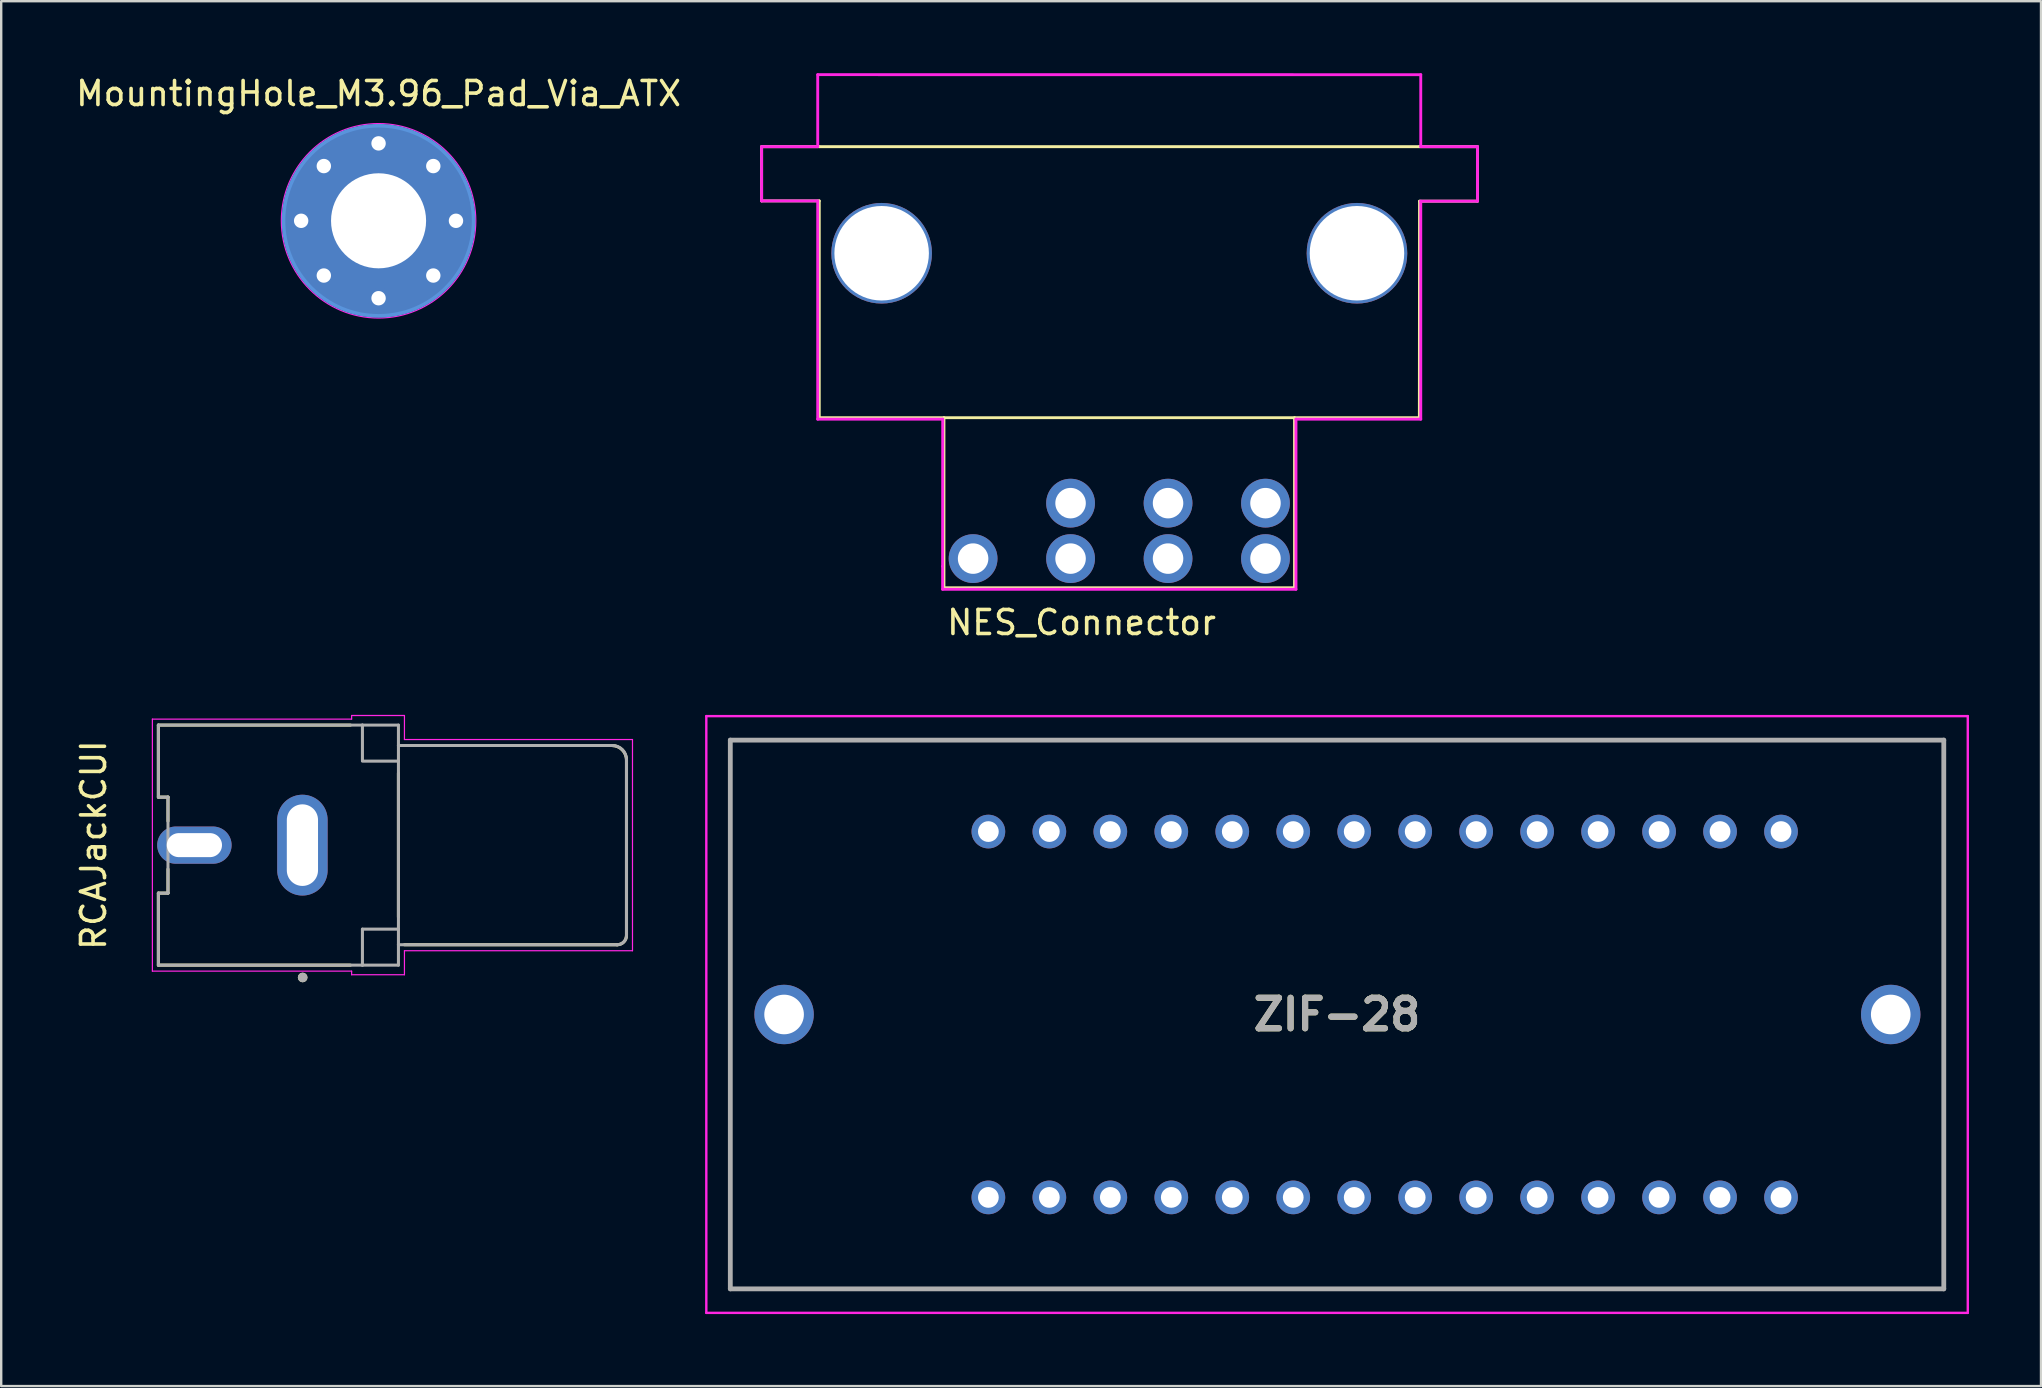
<source format=kicad_pcb>
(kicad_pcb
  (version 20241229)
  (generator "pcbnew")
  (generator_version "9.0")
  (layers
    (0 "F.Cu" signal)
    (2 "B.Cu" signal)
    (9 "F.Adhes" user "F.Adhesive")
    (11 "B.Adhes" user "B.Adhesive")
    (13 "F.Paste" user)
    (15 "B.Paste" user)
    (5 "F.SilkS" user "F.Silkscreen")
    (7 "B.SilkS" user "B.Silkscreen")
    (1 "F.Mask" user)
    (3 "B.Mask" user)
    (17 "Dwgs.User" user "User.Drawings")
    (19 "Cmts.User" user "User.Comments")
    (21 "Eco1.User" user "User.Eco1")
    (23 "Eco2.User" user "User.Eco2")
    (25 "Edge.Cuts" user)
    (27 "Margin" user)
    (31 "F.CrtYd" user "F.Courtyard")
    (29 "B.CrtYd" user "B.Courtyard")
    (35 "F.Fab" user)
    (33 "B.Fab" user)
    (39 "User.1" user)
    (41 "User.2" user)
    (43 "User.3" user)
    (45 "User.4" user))
  (footprint "MountingHole_M3.96_Pad_Via_ATX"
    (layer "F.Cu")
    (at 12.72 6.148)
    (property "Reference" "MountingHole_M3.96_Pad_Via_ATX" (at 0 -5.3 0) (layer "F.SilkS") (effects (font (size 1 1) (thickness 0.15))))
    (attr exclude_from_pos_files exclude_from_bom)
    (fp_circle (center 0 0) (end 3.96 0) (stroke (width 0.15) (type solid)) (fill no) (layer "Cmts.User"))
    (fp_circle (center 0 0) (end 4.05 0) (stroke (width 0.05) (type solid)) (fill no) (layer "F.CrtYd"))
    (pad "1" thru_hole circle (at -3.225 0) (size 0.9 0.9) (drill 0.6) (layers "*.Cu" "*.Mask"))
    (pad "1" thru_hole circle (at -2.28 -2.28) (size 0.9 0.9) (drill 0.6) (layers "*.Cu" "*.Mask"))
    (pad "1" thru_hole circle (at -2.28 2.28) (size 0.9 0.9) (drill 0.6) (layers "*.Cu" "*.Mask"))
    (pad "1" thru_hole circle (at 0 -3.225) (size 0.9 0.9) (drill 0.6) (layers "*.Cu" "*.Mask"))
    (pad "1" thru_hole circle (at 0 0) (size 8 8) (drill 3.96) (layers "*.Cu" "*.Mask"))
    (pad "1" thru_hole circle (at 0 3.225) (size 0.9 0.9) (drill 0.6) (layers "*.Cu" "*.Mask"))
    (pad "1" thru_hole circle (at 2.28 -2.28) (size 0.9 0.9) (drill 0.6) (layers "*.Cu" "*.Mask"))
    (pad "1" thru_hole circle (at 2.28 2.28) (size 0.9 0.9) (drill 0.6) (layers "*.Cu" "*.Mask"))
    (pad "1" thru_hole circle (at 3.225 0) (size 0.9 0.9) (drill 0.6) (layers "*.Cu" "*.Mask")))
  (footprint "NES_Connector"
    (layer "F.Cu")
    (at 28.69 3.058)
    (property "Reference" "NES_Connector" (at 7.62 19.825 180) (layer "F.SilkS") (effects (font (size 1 1) (thickness 0.15)) (justify left)))
    (attr through_hole)
    (fp_line (start -0.013 0.002) (end -0.013 2.261) (stroke (width 0.12) (type solid)) (layer "F.SilkS"))
    (fp_line (start -0.013 2.261) (end 2.388 2.261) (stroke (width 0.12) (type solid)) (layer "F.SilkS"))
    (fp_line (start 2.388 0.002) (end -0.013 0.002) (stroke (width 0.12) (type solid)) (layer "F.SilkS"))
    (fp_line (start 2.388 0.002) (end 27.387 0.002) (stroke (width 0.12) (type solid)) (layer "F.SilkS"))
    (fp_line (start 2.388 2.261) (end 2.388 11.292) (stroke (width 0.12) (type solid)) (layer "F.SilkS"))
    (fp_line (start 7.582 18.377) (end 7.582 11.29) (stroke (width 0.12) (type solid)) (layer "F.SilkS"))
    (fp_line (start 22.187 11.29) (end 22.187 18.377) (stroke (width 0.12) (type solid)) (layer "F.SilkS"))
    (fp_line (start 22.187 18.377) (end 7.582 18.377) (stroke (width 0.12) (type solid)) (layer "F.SilkS"))
    (fp_line (start 27.387 0.002) (end 29.807 0.002) (stroke (width 0.12) (type solid)) (layer "F.SilkS"))
    (fp_line (start 27.387 11.292) (end 2.388 11.292) (stroke (width 0.12) (type solid)) (layer "F.SilkS"))
    (fp_line (start 27.394 2.273) (end 27.387 11.292) (stroke (width 0.12) (type solid)) (layer "F.SilkS"))
    (fp_line (start 29.807 0.002) (end 29.807 2.273) (stroke (width 0.12) (type solid)) (layer "F.SilkS"))
    (fp_line (start 29.807 2.273) (end 27.394 2.273) (stroke (width 0.12) (type solid)) (layer "F.SilkS"))
    (fp_line (start -0.013 0.002) (end -0.013 2.261) (stroke (width 0.12) (type solid)) (layer "F.CrtYd"))
    (fp_line (start -0.013 2.261) (end 2.324 2.262) (stroke (width 0.12) (type solid)) (layer "F.CrtYd"))
    (fp_line (start 2.324 -2.998) (end 27.445 -2.997) (stroke (width 0.12) (type solid)) (layer "F.CrtYd"))
    (fp_line (start 2.324 -2.997) (end 2.324 0.002) (stroke (width 0.12) (type solid)) (layer "F.CrtYd"))
    (fp_line (start 2.324 0.002) (end -0.013 0.002) (stroke (width 0.12) (type solid)) (layer "F.CrtYd"))
    (fp_line (start 2.324 2.262) (end 2.324 11.354) (stroke (width 0.12) (type solid)) (layer "F.CrtYd"))
    (fp_line (start 7.527 17.482) (end 7.527 18.44) (stroke (width 0.12) (type solid)) (layer "F.CrtYd"))
    (fp_line (start 7.527 17.482) (end 7.531 11.354) (stroke (width 0.12) (type solid)) (layer "F.CrtYd"))
    (fp_line (start 7.531 11.354) (end 2.324 11.354) (stroke (width 0.12) (type solid)) (layer "F.CrtYd"))
    (fp_line (start 22.247 11.354) (end 27.445 11.354) (stroke (width 0.12) (type solid)) (layer "F.CrtYd"))
    (fp_line (start 22.247 18.44) (end 7.527 18.44) (stroke (width 0.12) (type solid)) (layer "F.CrtYd"))
    (fp_line (start 22.247 18.44) (end 22.247 11.354) (stroke (width 0.12) (type solid)) (layer "F.CrtYd"))
    (fp_line (start 27.445 -2.997) (end 27.445 0.002) (stroke (width 0.12) (type solid)) (layer "F.CrtYd"))
    (fp_line (start 27.445 0.002) (end 29.807 0.002) (stroke (width 0.12) (type solid)) (layer "F.CrtYd"))
    (fp_line (start 27.445 2.272) (end 27.445 11.354) (stroke (width 0.12) (type solid)) (layer "F.CrtYd"))
    (fp_line (start 29.807 0.002) (end 29.807 2.272) (stroke (width 0.12) (type solid)) (layer "F.CrtYd"))
    (fp_line (start 29.807 2.272) (end 27.445 2.272) (stroke (width 0.12) (type solid)) (layer "F.CrtYd"))
    (fp_line (start 4.987 4.442) (end 4.987 4.062) (stroke (width 0.12) (type solid)) (layer "F.Fab"))
    (fp_line (start 24.788 4.442) (end 24.788 3.992) (stroke (width 0.12) (type solid)) (layer "F.Fab"))
    (pad "0" thru_hole circle (at 4.987 4.442 90) (size 4.191 4.191) (drill 3.937) (layers "*.Cu" "*.Mask"))
    (pad "0" thru_hole circle (at 24.788 4.442 90) (size 4.191 4.191) (drill 3.937) (layers "*.Cu" "*.Mask"))
    (pad "1" thru_hole circle (at 8.797 17.162) (size 2.032 2.032) (drill 1.27) (layers "*.Cu" "*.Mask"))
    (pad "2" thru_hole circle (at 12.857 17.162) (size 2.032 2.032) (drill 1.27) (layers "*.Cu" "*.Mask"))
    (pad "3" thru_hole circle (at 16.918 17.162) (size 2.032 2.032) (drill 1.27) (layers "*.Cu" "*.Mask"))
    (pad "4" thru_hole circle (at 20.977 17.162) (size 2.032 2.032) (drill 1.27) (layers "*.Cu" "*.Mask"))
    (pad "5" thru_hole circle (at 20.977 14.852) (size 2.032 2.032) (drill 1.27) (layers "*.Cu" "*.Mask"))
    (pad "6" thru_hole circle (at 16.918 14.852) (size 2.032 2.032) (drill 1.27) (layers "*.Cu" "*.Mask"))
    (pad "7" thru_hole circle (at 12.857 14.852) (size 2.032 2.032) (drill 1.27) (layers "*.Cu" "*.Mask")))
  (footprint "RCAJackCUI"
    (layer "F.Cu")
    (at 13.548 32.156)
    (property "Reference" "RCAJackCUI" (at -12.7 0 90) (layer "F.SilkS") (effects (font (size 1 1) (thickness 0.15))))
    (attr through_hole)
    (fp_line (start -10 -5) (end -2 -5) (stroke (width 0.127) (type solid)) (layer "F.SilkS"))
    (fp_line (start -10 -2) (end -10 -5) (stroke (width 0.127) (type solid)) (layer "F.SilkS"))
    (fp_line (start -10 2) (end -9.6 2) (stroke (width 0.127) (type solid)) (layer "F.SilkS"))
    (fp_line (start -10 5) (end -10 2) (stroke (width 0.127) (type solid)) (layer "F.SilkS"))
    (fp_line (start -10 5) (end -2 5) (stroke (width 0.127) (type solid)) (layer "F.SilkS"))
    (fp_line (start -9.6 -2) (end -10 -2) (stroke (width 0.127) (type solid)) (layer "F.SilkS"))
    (fp_line (start -9.6 -1) (end -9.6 -2) (stroke (width 0.127) (type solid)) (layer "F.SilkS"))
    (fp_line (start -9.6 2) (end -9.6 1) (stroke (width 0.127) (type solid)) (layer "F.SilkS"))
    (fp_line (start 0 3) (end 0 -3) (stroke (width 0.127) (type solid)) (layer "F.SilkS"))
    (fp_line (start 0.25 -4.15) (end 8.89 -4.15) (stroke (width 0.127) (type solid)) (layer "F.SilkS"))
    (fp_line (start 9.11 4.15) (end 0.25 4.15) (stroke (width 0.127) (type solid)) (layer "F.SilkS"))
    (fp_line (start 9.5 -3.54) (end 9.5 3.76) (stroke (width 0.127) (type solid)) (layer "F.SilkS"))
    (fp_arc (start 8.89 -4.15) (mid 9.321335 -3.971335) (end 9.5 -3.54) (stroke (width 0.127) (type solid)) (layer "F.SilkS"))
    (fp_arc (start 9.5 3.76) (mid 9.385772 4.035772) (end 9.11 4.15) (stroke (width 0.127) (type solid)) (layer "F.SilkS"))
    (fp_circle (center -3.99 5.513) (end -3.89 5.513) (stroke (width 0.2) (type solid)) (fill no) (layer "F.SilkS"))
    (fp_line (start -10.25 -5.25) (end -10.25 5.25) (stroke (width 0.05) (type solid)) (layer "F.CrtYd"))
    (fp_line (start -10.25 5.25) (end -1.95 5.25) (stroke (width 0.05) (type solid)) (layer "F.CrtYd"))
    (fp_line (start -1.95 -5.4) (end -1.95 -5.25) (stroke (width 0.05) (type solid)) (layer "F.CrtYd"))
    (fp_line (start -1.95 -5.25) (end -10.25 -5.25) (stroke (width 0.05) (type solid)) (layer "F.CrtYd"))
    (fp_line (start -1.95 5.25) (end -1.95 5.4) (stroke (width 0.05) (type solid)) (layer "F.CrtYd"))
    (fp_line (start -1.95 5.4) (end 0.25 5.4) (stroke (width 0.05) (type solid)) (layer "F.CrtYd"))
    (fp_line (start 0.25 -5.4) (end -1.95 -5.4) (stroke (width 0.05) (type solid)) (layer "F.CrtYd"))
    (fp_line (start 0.25 -4.4) (end 0.25 -5.4) (stroke (width 0.05) (type solid)) (layer "F.CrtYd"))
    (fp_line (start 0.25 4.4) (end 9.75 4.4) (stroke (width 0.05) (type solid)) (layer "F.CrtYd"))
    (fp_line (start 0.25 5.4) (end 0.25 4.4) (stroke (width 0.05) (type solid)) (layer "F.CrtYd"))
    (fp_line (start 9.75 -4.4) (end 0.25 -4.4) (stroke (width 0.05) (type solid)) (layer "F.CrtYd"))
    (fp_line (start 9.75 4.4) (end 9.75 -4.4) (stroke (width 0.05) (type solid)) (layer "F.CrtYd"))
    (fp_line (start -10 -5) (end -1.5 -5) (stroke (width 0.127) (type solid)) (layer "F.Fab"))
    (fp_line (start -10 -2) (end -10 -5) (stroke (width 0.127) (type solid)) (layer "F.Fab"))
    (fp_line (start -10 2) (end -9.6 2) (stroke (width 0.127) (type solid)) (layer "F.Fab"))
    (fp_line (start -10 5) (end -10 2) (stroke (width 0.127) (type solid)) (layer "F.Fab"))
    (fp_line (start -9.6 -2) (end -10 -2) (stroke (width 0.127) (type solid)) (layer "F.Fab"))
    (fp_line (start -9.6 2) (end -9.6 -2) (stroke (width 0.127) (type solid)) (layer "F.Fab"))
    (fp_line (start -1.5 -5) (end -1.5 -3.525) (stroke (width 0.127) (type solid)) (layer "F.Fab"))
    (fp_line (start -1.5 -5) (end 0 -5) (stroke (width 0.127) (type solid)) (layer "F.Fab"))
    (fp_line (start -1.5 -3.5) (end 0 -3.5) (stroke (width 0.127) (type solid)) (layer "F.Fab"))
    (fp_line (start -1.5 3.5) (end 0 3.5) (stroke (width 0.127) (type solid)) (layer "F.Fab"))
    (fp_line (start -1.5 5) (end -10 5) (stroke (width 0.127) (type solid)) (layer "F.Fab"))
    (fp_line (start -1.5 5) (end -1.5 3.5) (stroke (width 0.127) (type solid)) (layer "F.Fab"))
    (fp_line (start 0 -5) (end 0 -4.15) (stroke (width 0.127) (type solid)) (layer "F.Fab"))
    (fp_line (start 0 -4.15) (end 0 -3.5) (stroke (width 0.127) (type solid)) (layer "F.Fab"))
    (fp_line (start 0 -4.15) (end 8.91 -4.15) (stroke (width 0.127) (type solid)) (layer "F.Fab"))
    (fp_line (start 0 -3.5) (end 0 3.5) (stroke (width 0.127) (type solid)) (layer "F.Fab"))
    (fp_line (start 0 3.5) (end 0 4.15) (stroke (width 0.127) (type solid)) (layer "F.Fab"))
    (fp_line (start 0 4.15) (end 0 5) (stroke (width 0.127) (type solid)) (layer "F.Fab"))
    (fp_line (start 0 5) (end -1.5 5) (stroke (width 0.127) (type solid)) (layer "F.Fab"))
    (fp_line (start 9.11 4.15) (end 0 4.15) (stroke (width 0.127) (type solid)) (layer "F.Fab"))
    (fp_line (start 9.5 -3.56) (end 9.5 3.76) (stroke (width 0.127) (type solid)) (layer "F.Fab"))
    (fp_arc (start 8.91 -4.15) (mid 9.327193 -3.977193) (end 9.5 -3.56) (stroke (width 0.127) (type solid)) (layer "F.Fab"))
    (fp_arc (start 9.5 3.76) (mid 9.385772 4.035772) (end 9.11 4.15) (stroke (width 0.127) (type solid)) (layer "F.Fab"))
    (fp_circle (center -3.99 5.513) (end -3.89 5.513) (stroke (width 0.2) (type solid)) (fill no) (layer "F.Fab"))
    (pad "1" thru_hole oval (at -4 0) (size 2.1 4.2) (drill oval 1.3 3.4) (layers "*.Cu" "*.Mask"))
    (pad "2" thru_hole oval (at -8.5 0) (size 3.1 1.55) (drill oval 2.3 1) (layers "*.Cu" "*.Mask")))
  (footprint "ZIF-28"
    (layer "F.Cu")
    (at 38.123 46.831)
    (property "Reference" "ZIF-28" (at 14.525 -7.62 0) (layer "F.SilkS") (effects (font (size 1.27 1.27) (thickness 0.254))))
    (attr through_hole)
    (fp_line (start -10.75 -19.05) (end 39.8 -19.05) (stroke (width 0.1) (type solid)) (layer "F.SilkS"))
    (fp_line (start -10.75 3.81) (end -10.75 -19.05) (stroke (width 0.1) (type solid)) (layer "F.SilkS"))
    (fp_line (start 39.8 -19.05) (end 39.8 3.81) (stroke (width 0.1) (type solid)) (layer "F.SilkS"))
    (fp_line (start 39.8 3.81) (end -10.75 3.81) (stroke (width 0.1) (type solid)) (layer "F.SilkS"))
    (fp_line (start -11.75 -20.05) (end 40.8 -20.05) (stroke (width 0.1) (type solid)) (layer "F.CrtYd"))
    (fp_line (start -11.75 4.81) (end -11.75 -20.05) (stroke (width 0.1) (type solid)) (layer "F.CrtYd"))
    (fp_line (start 40.8 -20.05) (end 40.8 4.81) (stroke (width 0.1) (type solid)) (layer "F.CrtYd"))
    (fp_line (start 40.8 4.81) (end -11.75 4.81) (stroke (width 0.1) (type solid)) (layer "F.CrtYd"))
    (fp_line (start -10.75 -19.05) (end 39.8 -19.05) (stroke (width 0.2) (type solid)) (layer "F.Fab"))
    (fp_line (start -10.75 3.81) (end -10.75 -19.05) (stroke (width 0.2) (type solid)) (layer "F.Fab"))
    (fp_line (start 39.8 -19.05) (end 39.8 3.81) (stroke (width 0.2) (type solid)) (layer "F.Fab"))
    (fp_line (start 39.8 3.81) (end -10.75 3.81) (stroke (width 0.2) (type solid)) (layer "F.Fab"))
    (fp_text user "${REFERENCE}" (at 14.525 -7.62 0) (layer "F.Fab") (effects (font (size 1.27 1.27) (thickness 0.254))))
    (pad "1" thru_hole circle (at 0 0) (size 1.403 1.403) (drill 0.864) (layers "*.Cu" "*.Mask"))
    (pad "2" thru_hole circle (at 2.54 0) (size 1.403 1.403) (drill 0.864) (layers "*.Cu" "*.Mask"))
    (pad "3" thru_hole circle (at 5.08 0) (size 1.403 1.403) (drill 0.864) (layers "*.Cu" "*.Mask"))
    (pad "4" thru_hole circle (at 7.62 0) (size 1.403 1.403) (drill 0.864) (layers "*.Cu" "*.Mask"))
    (pad "5" thru_hole circle (at 10.16 0) (size 1.403 1.403) (drill 0.864) (layers "*.Cu" "*.Mask"))
    (pad "6" thru_hole circle (at 12.7 0) (size 1.403 1.403) (drill 0.864) (layers "*.Cu" "*.Mask"))
    (pad "7" thru_hole circle (at 15.24 0) (size 1.403 1.403) (drill 0.864) (layers "*.Cu" "*.Mask"))
    (pad "8" thru_hole circle (at 17.78 0) (size 1.403 1.403) (drill 0.864) (layers "*.Cu" "*.Mask"))
    (pad "9" thru_hole circle (at 20.32 0) (size 1.403 1.403) (drill 0.864) (layers "*.Cu" "*.Mask"))
    (pad "10" thru_hole circle (at 22.86 0) (size 1.403 1.403) (drill 0.864) (layers "*.Cu" "*.Mask"))
    (pad "11" thru_hole circle (at 25.4 0) (size 1.403 1.403) (drill 0.864) (layers "*.Cu" "*.Mask"))
    (pad "12" thru_hole circle (at 27.94 0) (size 1.403 1.403) (drill 0.864) (layers "*.Cu" "*.Mask"))
    (pad "13" thru_hole circle (at 30.48 0) (size 1.403 1.403) (drill 0.864) (layers "*.Cu" "*.Mask"))
    (pad "14" thru_hole circle (at 33.02 0) (size 1.403 1.403) (drill 0.864) (layers "*.Cu" "*.Mask"))
    (pad "15" thru_hole circle (at 33.02 -15.24) (size 1.403 1.403) (drill 0.864) (layers "*.Cu" "*.Mask"))
    (pad "16" thru_hole circle (at 30.48 -15.24) (size 1.403 1.403) (drill 0.864) (layers "*.Cu" "*.Mask"))
    (pad "17" thru_hole circle (at 27.94 -15.24) (size 1.403 1.403) (drill 0.864) (layers "*.Cu" "*.Mask"))
    (pad "18" thru_hole circle (at 25.4 -15.24) (size 1.403 1.403) (drill 0.864) (layers "*.Cu" "*.Mask"))
    (pad "19" thru_hole circle (at 22.86 -15.24) (size 1.403 1.403) (drill 0.864) (layers "*.Cu" "*.Mask"))
    (pad "20" thru_hole circle (at 20.32 -15.24) (size 1.403 1.403) (drill 0.864) (layers "*.Cu" "*.Mask"))
    (pad "21" thru_hole circle (at 17.78 -15.24) (size 1.403 1.403) (drill 0.864) (layers "*.Cu" "*.Mask"))
    (pad "22" thru_hole circle (at 15.24 -15.24) (size 1.403 1.403) (drill 0.864) (layers "*.Cu" "*.Mask"))
    (pad "23" thru_hole circle (at 12.7 -15.24) (size 1.403 1.403) (drill 0.864) (layers "*.Cu" "*.Mask"))
    (pad "24" thru_hole circle (at 10.16 -15.24) (size 1.403 1.403) (drill 0.864) (layers "*.Cu" "*.Mask"))
    (pad "25" thru_hole circle (at 7.62 -15.24) (size 1.403 1.403) (drill 0.864) (layers "*.Cu" "*.Mask"))
    (pad "26" thru_hole circle (at 5.08 -15.24) (size 1.403 1.403) (drill 0.864) (layers "*.Cu" "*.Mask"))
    (pad "27" thru_hole circle (at 2.54 -15.24) (size 1.403 1.403) (drill 0.864) (layers "*.Cu" "*.Mask"))
    (pad "28" thru_hole circle (at 0 -15.24) (size 1.403 1.403) (drill 0.864) (layers "*.Cu" "*.Mask"))
    (pad "29" thru_hole circle (at -8.51 -7.62) (size 2.475 2.475) (drill 1.65) (layers "*.Cu" "*.Mask"))
    (pad "30" thru_hole circle (at 37.59 -7.62) (size 2.475 2.475) (drill 1.65) (layers "*.Cu" "*.Mask")))
  (gr_rect
    (start -3 -3)
    (end 81.973 54.691)
    (stroke (width 0.1) (type default))
    (fill no)
    (layer "Edge.Cuts")))
</source>
